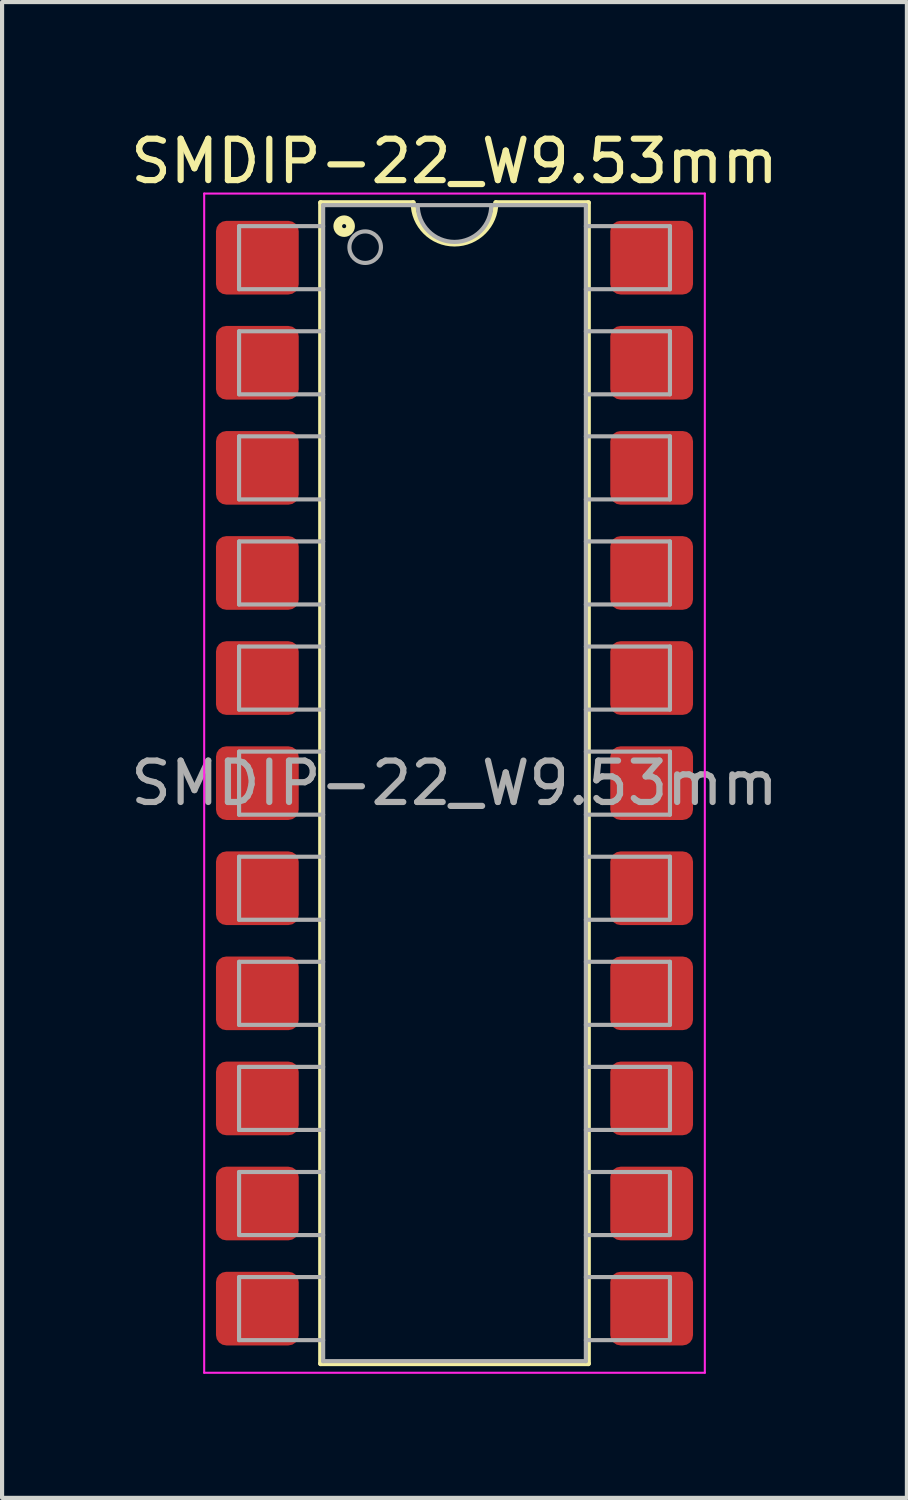
<source format=kicad_pcb>
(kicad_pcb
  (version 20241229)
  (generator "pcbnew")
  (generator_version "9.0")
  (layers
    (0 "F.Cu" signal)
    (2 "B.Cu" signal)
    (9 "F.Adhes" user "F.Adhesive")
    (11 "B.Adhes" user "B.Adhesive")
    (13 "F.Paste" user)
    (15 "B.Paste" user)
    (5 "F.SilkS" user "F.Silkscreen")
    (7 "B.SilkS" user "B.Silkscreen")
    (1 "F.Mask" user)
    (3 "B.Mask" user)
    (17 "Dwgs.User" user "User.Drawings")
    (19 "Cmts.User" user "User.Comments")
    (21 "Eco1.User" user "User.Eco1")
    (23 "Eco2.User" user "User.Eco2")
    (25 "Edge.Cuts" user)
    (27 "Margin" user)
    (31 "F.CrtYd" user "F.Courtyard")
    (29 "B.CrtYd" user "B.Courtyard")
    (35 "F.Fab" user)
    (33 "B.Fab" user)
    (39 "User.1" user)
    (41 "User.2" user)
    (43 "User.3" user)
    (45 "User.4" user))
  (footprint "SMDIP-22_W9.53mm"
    (layer "F.Cu")
    (at 7.935 15.878)
    (property "Reference" "SMDIP-22_W9.53mm" (at 0 -15.03 0) (layer "F.SilkS") (effects (font (size 1 1) (thickness 0.15))))
    (attr smd)
    (fp_line (start -3.235 -14.03) (end -3.235 14.03) (stroke (width 0.12) (type solid)) (layer "F.SilkS"))
    (fp_line (start -3.235 14.03) (end 3.235 14.03) (stroke (width 0.12) (type solid)) (layer "F.SilkS"))
    (fp_line (start -1 -14.03) (end -3.235 -14.03) (stroke (width 0.12) (type solid)) (layer "F.SilkS"))
    (fp_line (start 3.235 -14.03) (end 1 -14.03) (stroke (width 0.12) (type solid)) (layer "F.SilkS"))
    (fp_line (start 3.235 14.03) (end 3.235 -14.03) (stroke (width 0.12) (type solid)) (layer "F.SilkS"))
    (fp_arc (start 1 -14.03) (mid 0 -13.03) (end -1 -14.03) (stroke (width 0.12) (type solid)) (layer "F.SilkS"))
    (fp_circle (center -2.667 -13.462) (end -2.617 -13.462) (stroke (width 0.12) (type solid)) (fill no) (layer "F.SilkS"))
    (fp_circle (center -2.667 -13.462) (end -2.542 -13.462) (stroke (width 0.12) (type solid)) (fill no) (layer "F.SilkS"))
    (fp_circle (center -2.667 -13.462) (end -2.467 -13.462) (stroke (width 0.12) (type solid)) (fill no) (layer "F.SilkS"))
    (fp_line (start -6.05 -14.25) (end -6.05 14.25) (stroke (width 0.05) (type solid)) (layer "F.CrtYd"))
    (fp_line (start -6.05 14.25) (end 6.05 14.25) (stroke (width 0.05) (type solid)) (layer "F.CrtYd"))
    (fp_line (start 6.05 -14.25) (end -6.05 -14.25) (stroke (width 0.05) (type solid)) (layer "F.CrtYd"))
    (fp_line (start 6.05 14.25) (end 6.05 -14.25) (stroke (width 0.05) (type solid)) (layer "F.CrtYd"))
    (fp_line (start -5.207 -13.462) (end -5.207 -11.938) (stroke (width 0.1) (type solid)) (layer "F.Fab"))
    (fp_line (start -5.207 -13.462) (end -3.175 -13.462) (stroke (width 0.1) (type solid)) (layer "F.Fab"))
    (fp_line (start -5.207 -11.938) (end -3.175 -11.938) (stroke (width 0.1) (type solid)) (layer "F.Fab"))
    (fp_line (start -5.207 -10.922) (end -5.207 -9.398) (stroke (width 0.1) (type solid)) (layer "F.Fab"))
    (fp_line (start -5.207 -10.922) (end -3.175 -10.922) (stroke (width 0.1) (type solid)) (layer "F.Fab"))
    (fp_line (start -5.207 -9.398) (end -3.175 -9.398) (stroke (width 0.1) (type solid)) (layer "F.Fab"))
    (fp_line (start -5.207 -8.382) (end -5.207 -6.858) (stroke (width 0.1) (type solid)) (layer "F.Fab"))
    (fp_line (start -5.207 -8.382) (end -3.175 -8.382) (stroke (width 0.1) (type solid)) (layer "F.Fab"))
    (fp_line (start -5.207 -6.858) (end -3.175 -6.858) (stroke (width 0.1) (type solid)) (layer "F.Fab"))
    (fp_line (start -5.207 -5.842) (end -5.207 -4.318) (stroke (width 0.1) (type solid)) (layer "F.Fab"))
    (fp_line (start -5.207 -5.842) (end -3.175 -5.842) (stroke (width 0.1) (type solid)) (layer "F.Fab"))
    (fp_line (start -5.207 -4.318) (end -3.175 -4.318) (stroke (width 0.1) (type solid)) (layer "F.Fab"))
    (fp_line (start -5.207 -3.302) (end -5.207 -1.778) (stroke (width 0.1) (type solid)) (layer "F.Fab"))
    (fp_line (start -5.207 -3.302) (end -3.175 -3.302) (stroke (width 0.1) (type solid)) (layer "F.Fab"))
    (fp_line (start -5.207 -1.778) (end -3.175 -1.778) (stroke (width 0.1) (type solid)) (layer "F.Fab"))
    (fp_line (start -5.207 -0.762) (end -5.207 0.762) (stroke (width 0.1) (type solid)) (layer "F.Fab"))
    (fp_line (start -5.207 -0.762) (end -3.175 -0.762) (stroke (width 0.1) (type solid)) (layer "F.Fab"))
    (fp_line (start -5.207 0.762) (end -3.175 0.762) (stroke (width 0.1) (type solid)) (layer "F.Fab"))
    (fp_line (start -5.207 1.778) (end -5.207 3.302) (stroke (width 0.1) (type solid)) (layer "F.Fab"))
    (fp_line (start -5.207 1.778) (end -3.175 1.778) (stroke (width 0.1) (type solid)) (layer "F.Fab"))
    (fp_line (start -5.207 3.302) (end -3.175 3.302) (stroke (width 0.1) (type solid)) (layer "F.Fab"))
    (fp_line (start -5.207 4.318) (end -5.207 5.842) (stroke (width 0.1) (type solid)) (layer "F.Fab"))
    (fp_line (start -5.207 4.318) (end -3.175 4.318) (stroke (width 0.1) (type solid)) (layer "F.Fab"))
    (fp_line (start -5.207 5.842) (end -3.175 5.842) (stroke (width 0.1) (type solid)) (layer "F.Fab"))
    (fp_line (start -5.207 6.858) (end -5.207 8.382) (stroke (width 0.1) (type solid)) (layer "F.Fab"))
    (fp_line (start -5.207 6.858) (end -3.175 6.858) (stroke (width 0.1) (type solid)) (layer "F.Fab"))
    (fp_line (start -5.207 8.382) (end -3.175 8.382) (stroke (width 0.1) (type solid)) (layer "F.Fab"))
    (fp_line (start -5.207 9.398) (end -5.207 10.922) (stroke (width 0.1) (type solid)) (layer "F.Fab"))
    (fp_line (start -5.207 9.398) (end -3.175 9.398) (stroke (width 0.1) (type solid)) (layer "F.Fab"))
    (fp_line (start -5.207 10.922) (end -3.175 10.922) (stroke (width 0.1) (type solid)) (layer "F.Fab"))
    (fp_line (start -5.207 11.938) (end -5.207 13.462) (stroke (width 0.1) (type solid)) (layer "F.Fab"))
    (fp_line (start -5.207 11.938) (end -3.175 11.938) (stroke (width 0.1) (type solid)) (layer "F.Fab"))
    (fp_line (start -5.207 13.462) (end -3.175 13.462) (stroke (width 0.1) (type solid)) (layer "F.Fab"))
    (fp_line (start -3.175 -13.97) (end 3.175 -13.97) (stroke (width 0.1) (type solid)) (layer "F.Fab"))
    (fp_line (start -3.175 13.97) (end -3.175 -13.97) (stroke (width 0.1) (type solid)) (layer "F.Fab"))
    (fp_line (start 3.175 -13.97) (end 3.175 13.97) (stroke (width 0.1) (type solid)) (layer "F.Fab"))
    (fp_line (start 3.175 13.97) (end -3.175 13.97) (stroke (width 0.1) (type solid)) (layer "F.Fab"))
    (fp_line (start 5.207 -13.462) (end 3.175 -13.462) (stroke (width 0.1) (type solid)) (layer "F.Fab"))
    (fp_line (start 5.207 -11.938) (end 3.175 -11.938) (stroke (width 0.1) (type solid)) (layer "F.Fab"))
    (fp_line (start 5.207 -11.938) (end 5.207 -13.462) (stroke (width 0.1) (type solid)) (layer "F.Fab"))
    (fp_line (start 5.207 -10.922) (end 3.175 -10.922) (stroke (width 0.1) (type solid)) (layer "F.Fab"))
    (fp_line (start 5.207 -9.398) (end 3.175 -9.398) (stroke (width 0.1) (type solid)) (layer "F.Fab"))
    (fp_line (start 5.207 -9.398) (end 5.207 -10.922) (stroke (width 0.1) (type solid)) (layer "F.Fab"))
    (fp_line (start 5.207 -8.382) (end 3.175 -8.382) (stroke (width 0.1) (type solid)) (layer "F.Fab"))
    (fp_line (start 5.207 -6.858) (end 3.175 -6.858) (stroke (width 0.1) (type solid)) (layer "F.Fab"))
    (fp_line (start 5.207 -6.858) (end 5.207 -8.382) (stroke (width 0.1) (type solid)) (layer "F.Fab"))
    (fp_line (start 5.207 -5.842) (end 3.175 -5.842) (stroke (width 0.1) (type solid)) (layer "F.Fab"))
    (fp_line (start 5.207 -4.318) (end 3.175 -4.318) (stroke (width 0.1) (type solid)) (layer "F.Fab"))
    (fp_line (start 5.207 -4.318) (end 5.207 -5.842) (stroke (width 0.1) (type solid)) (layer "F.Fab"))
    (fp_line (start 5.207 -3.302) (end 3.175 -3.302) (stroke (width 0.1) (type solid)) (layer "F.Fab"))
    (fp_line (start 5.207 -1.778) (end 3.175 -1.778) (stroke (width 0.1) (type solid)) (layer "F.Fab"))
    (fp_line (start 5.207 -1.778) (end 5.207 -3.302) (stroke (width 0.1) (type solid)) (layer "F.Fab"))
    (fp_line (start 5.207 -0.762) (end 3.175 -0.762) (stroke (width 0.1) (type solid)) (layer "F.Fab"))
    (fp_line (start 5.207 0.762) (end 3.175 0.762) (stroke (width 0.1) (type solid)) (layer "F.Fab"))
    (fp_line (start 5.207 0.762) (end 5.207 -0.762) (stroke (width 0.1) (type solid)) (layer "F.Fab"))
    (fp_line (start 5.207 1.778) (end 3.175 1.778) (stroke (width 0.1) (type solid)) (layer "F.Fab"))
    (fp_line (start 5.207 3.302) (end 3.175 3.302) (stroke (width 0.1) (type solid)) (layer "F.Fab"))
    (fp_line (start 5.207 3.302) (end 5.207 1.778) (stroke (width 0.1) (type solid)) (layer "F.Fab"))
    (fp_line (start 5.207 4.318) (end 3.175 4.318) (stroke (width 0.1) (type solid)) (layer "F.Fab"))
    (fp_line (start 5.207 5.842) (end 3.175 5.842) (stroke (width 0.1) (type solid)) (layer "F.Fab"))
    (fp_line (start 5.207 5.842) (end 5.207 4.318) (stroke (width 0.1) (type solid)) (layer "F.Fab"))
    (fp_line (start 5.207 6.858) (end 3.175 6.858) (stroke (width 0.1) (type solid)) (layer "F.Fab"))
    (fp_line (start 5.207 8.382) (end 3.175 8.382) (stroke (width 0.1) (type solid)) (layer "F.Fab"))
    (fp_line (start 5.207 8.382) (end 5.207 6.858) (stroke (width 0.1) (type solid)) (layer "F.Fab"))
    (fp_line (start 5.207 9.398) (end 3.175 9.398) (stroke (width 0.1) (type solid)) (layer "F.Fab"))
    (fp_line (start 5.207 10.922) (end 3.175 10.922) (stroke (width 0.1) (type solid)) (layer "F.Fab"))
    (fp_line (start 5.207 10.922) (end 5.207 9.398) (stroke (width 0.1) (type solid)) (layer "F.Fab"))
    (fp_line (start 5.207 11.938) (end 3.175 11.938) (stroke (width 0.1) (type solid)) (layer "F.Fab"))
    (fp_line (start 5.207 13.462) (end 3.175 13.462) (stroke (width 0.1) (type solid)) (layer "F.Fab"))
    (fp_line (start 5.207 13.462) (end 5.207 11.938) (stroke (width 0.1) (type solid)) (layer "F.Fab"))
    (fp_arc (start 0.889 -13.97) (mid 0 -13.081) (end -0.889 -13.97) (stroke (width 0.1) (type solid)) (layer "F.Fab"))
    (fp_circle (center -2.159 -12.954) (end -1.778 -12.954) (stroke (width 0.1) (type solid)) (fill no) (layer "F.Fab"))
    (fp_text user "${REFERENCE}" (at 0 0 0) (layer "F.Fab") (effects (font (size 1 1) (thickness 0.15))))
    (pad "1" smd roundrect (at -4.765 -12.7) (size 2 1.78) (layers "F.Cu" "F.Mask" "F.Paste") (roundrect_rratio 0.14))
    (pad "2" smd roundrect (at -4.765 -10.16) (size 2 1.78) (layers "F.Cu" "F.Mask" "F.Paste") (roundrect_rratio 0.14))
    (pad "3" smd roundrect (at -4.765 -7.62) (size 2 1.78) (layers "F.Cu" "F.Mask" "F.Paste") (roundrect_rratio 0.14))
    (pad "4" smd roundrect (at -4.765 -5.08) (size 2 1.78) (layers "F.Cu" "F.Mask" "F.Paste") (roundrect_rratio 0.14))
    (pad "5" smd roundrect (at -4.765 -2.54) (size 2 1.78) (layers "F.Cu" "F.Mask" "F.Paste") (roundrect_rratio 0.14))
    (pad "6" smd roundrect (at -4.765 0) (size 2 1.78) (layers "F.Cu" "F.Mask" "F.Paste") (roundrect_rratio 0.14))
    (pad "7" smd roundrect (at -4.765 2.54) (size 2 1.78) (layers "F.Cu" "F.Mask" "F.Paste") (roundrect_rratio 0.14))
    (pad "8" smd roundrect (at -4.765 5.08) (size 2 1.78) (layers "F.Cu" "F.Mask" "F.Paste") (roundrect_rratio 0.14))
    (pad "9" smd roundrect (at -4.765 7.62) (size 2 1.78) (layers "F.Cu" "F.Mask" "F.Paste") (roundrect_rratio 0.14))
    (pad "10" smd roundrect (at -4.765 10.16) (size 2 1.78) (layers "F.Cu" "F.Mask" "F.Paste") (roundrect_rratio 0.14))
    (pad "11" smd roundrect (at -4.765 12.7) (size 2 1.78) (layers "F.Cu" "F.Mask" "F.Paste") (roundrect_rratio 0.14))
    (pad "12" smd roundrect (at 4.765 12.7) (size 2 1.78) (layers "F.Cu" "F.Mask" "F.Paste") (roundrect_rratio 0.14))
    (pad "13" smd roundrect (at 4.765 10.16) (size 2 1.78) (layers "F.Cu" "F.Mask" "F.Paste") (roundrect_rratio 0.14))
    (pad "14" smd roundrect (at 4.765 7.62) (size 2 1.78) (layers "F.Cu" "F.Mask" "F.Paste") (roundrect_rratio 0.14))
    (pad "15" smd roundrect (at 4.765 5.08) (size 2 1.78) (layers "F.Cu" "F.Mask" "F.Paste") (roundrect_rratio 0.14))
    (pad "16" smd roundrect (at 4.765 2.54) (size 2 1.78) (layers "F.Cu" "F.Mask" "F.Paste") (roundrect_rratio 0.14))
    (pad "17" smd roundrect (at 4.765 0) (size 2 1.78) (layers "F.Cu" "F.Mask" "F.Paste") (roundrect_rratio 0.14))
    (pad "18" smd roundrect (at 4.765 -2.54) (size 2 1.78) (layers "F.Cu" "F.Mask" "F.Paste") (roundrect_rratio 0.14))
    (pad "19" smd roundrect (at 4.765 -5.08) (size 2 1.78) (layers "F.Cu" "F.Mask" "F.Paste") (roundrect_rratio 0.14))
    (pad "20" smd roundrect (at 4.765 -7.62) (size 2 1.78) (layers "F.Cu" "F.Mask" "F.Paste") (roundrect_rratio 0.14))
    (pad "21" smd roundrect (at 4.765 -10.16) (size 2 1.78) (layers "F.Cu" "F.Mask" "F.Paste") (roundrect_rratio 0.14))
    (pad "22" smd roundrect (at 4.765 -12.7) (size 2 1.78) (layers "F.Cu" "F.Mask" "F.Paste") (roundrect_rratio 0.14)))
  (gr_rect
    (start -3 -3)
    (end 18.869 33.153)
    (stroke (width 0.1) (type default))
    (fill no)
    (layer "Edge.Cuts")))
</source>
